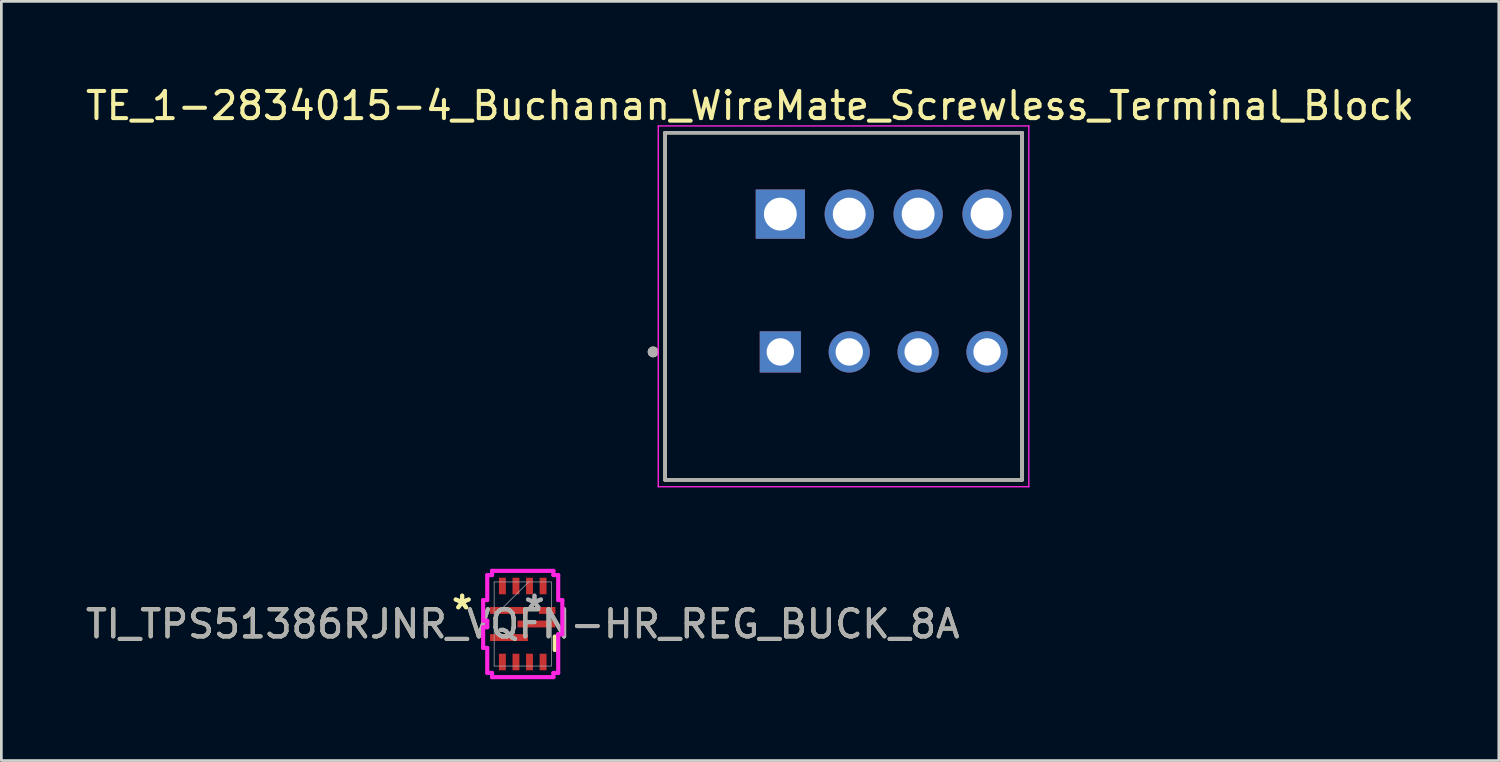
<source format=kicad_pcb>
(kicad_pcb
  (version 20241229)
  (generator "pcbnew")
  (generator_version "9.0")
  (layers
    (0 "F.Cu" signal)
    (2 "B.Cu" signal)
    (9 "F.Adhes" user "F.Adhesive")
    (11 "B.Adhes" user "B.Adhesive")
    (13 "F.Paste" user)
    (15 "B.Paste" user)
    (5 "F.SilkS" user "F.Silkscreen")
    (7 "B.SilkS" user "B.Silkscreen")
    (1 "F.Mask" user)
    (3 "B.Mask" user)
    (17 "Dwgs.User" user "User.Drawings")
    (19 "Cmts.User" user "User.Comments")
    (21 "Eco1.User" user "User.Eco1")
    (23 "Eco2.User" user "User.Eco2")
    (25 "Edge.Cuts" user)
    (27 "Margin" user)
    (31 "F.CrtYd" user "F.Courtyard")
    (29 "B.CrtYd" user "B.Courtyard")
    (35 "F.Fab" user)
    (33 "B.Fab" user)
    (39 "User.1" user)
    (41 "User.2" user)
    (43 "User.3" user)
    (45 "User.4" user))
  (footprint "TE_1-2834015-4_Buchanan_WireMate_Screwless_Terminal_Block"
    (layer "F.Cu")
    (at 29.526 7.383)
    (property "Reference" "TE_1-2834015-4_Buchanan_WireMate_Screwless_Terminal_Block" (at -4.925 -6.535 0) (layer "F.SilkS") (effects (font (size 1 1) (thickness 0.15))))
    (attr through_hole)
    (fp_line (start -8.06 -5.54) (end 5.1 -5.54) (stroke (width 0.127) (type solid)) (layer "F.SilkS"))
    (fp_line (start -8.06 7.26) (end -8.06 -5.54) (stroke (width 0.127) (type solid)) (layer "F.SilkS"))
    (fp_line (start 5.1 -5.54) (end 5.1 7.26) (stroke (width 0.127) (type solid)) (layer "F.SilkS"))
    (fp_line (start 5.1 7.26) (end -8.06 7.26) (stroke (width 0.127) (type solid)) (layer "F.SilkS"))
    (fp_circle (center -8.5 2.54) (end -8.4 2.54) (stroke (width 0.2) (type solid)) (fill no) (layer "F.SilkS"))
    (fp_line (start -8.31 -5.79) (end 5.35 -5.79) (stroke (width 0.05) (type solid)) (layer "F.CrtYd"))
    (fp_line (start -8.31 7.51) (end -8.31 -5.79) (stroke (width 0.05) (type solid)) (layer "F.CrtYd"))
    (fp_line (start 5.35 -5.79) (end 5.35 7.51) (stroke (width 0.05) (type solid)) (layer "F.CrtYd"))
    (fp_line (start 5.35 7.51) (end -8.31 7.51) (stroke (width 0.05) (type solid)) (layer "F.CrtYd"))
    (fp_line (start -8.06 -5.54) (end 5.1 -5.54) (stroke (width 0.127) (type solid)) (layer "F.Fab"))
    (fp_line (start -8.06 7.26) (end -8.06 -5.54) (stroke (width 0.127) (type solid)) (layer "F.Fab"))
    (fp_line (start 5.1 -5.54) (end 5.1 7.26) (stroke (width 0.127) (type solid)) (layer "F.Fab"))
    (fp_line (start 5.1 7.26) (end -8.06 7.26) (stroke (width 0.127) (type solid)) (layer "F.Fab"))
    (fp_circle (center -8.5 2.54) (end -8.4 2.54) (stroke (width 0.2) (type solid)) (fill no) (layer "F.Fab"))
    (pad "1_1" thru_hole rect (at -3.81 2.54) (size 1.518 1.518) (drill 1.01) (layers "*.Cu" "*.Mask"))
    (pad "1_2" thru_hole rect (at -3.81 -2.54) (size 1.815 1.815) (drill 1.21) (layers "*.Cu" "*.Mask"))
    (pad "2_1" thru_hole circle (at -1.27 2.54) (size 1.518 1.518) (drill 1.01) (layers "*.Cu" "*.Mask"))
    (pad "2_2" thru_hole circle (at -1.27 -2.54) (size 1.815 1.815) (drill 1.21) (layers "*.Cu" "*.Mask"))
    (pad "3_1" thru_hole circle (at 1.27 2.54) (size 1.518 1.518) (drill 1.01) (layers "*.Cu" "*.Mask"))
    (pad "3_2" thru_hole circle (at 1.27 -2.54) (size 1.815 1.815) (drill 1.21) (layers "*.Cu" "*.Mask"))
    (pad "4_1" thru_hole circle (at 3.81 2.54) (size 1.518 1.518) (drill 1.01) (layers "*.Cu" "*.Mask"))
    (pad "4_2" thru_hole circle (at 3.81 -2.54) (size 1.815 1.815) (drill 1.21) (layers "*.Cu" "*.Mask")))
  (footprint "TI_TPS51386RJNR_VQFN-HR_REG_BUCK_8A"
    (layer "F.Cu")
    (at 16.22 19.953)
    (property "Reference" "TI_TPS51386RJNR_VQFN-HR_REG_BUCK_8A" (at 0 0 0) (unlocked yes) (layer "F.SilkS") (effects (font (size 1 1) (thickness 0.15))))
    (attr smd)
    (fp_line (start 1.181 0.46) (end 1.181 0.96) (stroke (width 0.152) (type solid)) (layer "F.SilkS"))
    (fp_line (start -1.459 -0.881) (end -1.459 -0.119) (stroke (width 0.152) (type solid)) (layer "F.CrtYd"))
    (fp_line (start -1.459 -0.119) (end -1.308 -0.119) (stroke (width 0.152) (type solid)) (layer "F.CrtYd"))
    (fp_line (start -1.459 0.119) (end -1.459 0.881) (stroke (width 0.152) (type solid)) (layer "F.CrtYd"))
    (fp_line (start -1.459 0.881) (end -1.308 0.881) (stroke (width 0.152) (type solid)) (layer "F.CrtYd"))
    (fp_line (start -1.308 -1.804) (end -1.308 -0.881) (stroke (width 0.152) (type solid)) (layer "F.CrtYd"))
    (fp_line (start -1.308 -0.881) (end -1.459 -0.881) (stroke (width 0.152) (type solid)) (layer "F.CrtYd"))
    (fp_line (start -1.308 -0.119) (end -1.308 0.119) (stroke (width 0.152) (type solid)) (layer "F.CrtYd"))
    (fp_line (start -1.308 0.119) (end -1.459 0.119) (stroke (width 0.152) (type solid)) (layer "F.CrtYd"))
    (fp_line (start -1.308 0.881) (end -1.308 1.804) (stroke (width 0.152) (type solid)) (layer "F.CrtYd"))
    (fp_line (start -1.308 1.804) (end -1.131 1.804) (stroke (width 0.152) (type solid)) (layer "F.CrtYd"))
    (fp_line (start -1.131 -1.959) (end -1.131 -1.804) (stroke (width 0.152) (type solid)) (layer "F.CrtYd"))
    (fp_line (start -1.131 -1.804) (end -1.308 -1.804) (stroke (width 0.152) (type solid)) (layer "F.CrtYd"))
    (fp_line (start -1.131 1.804) (end -1.131 1.959) (stroke (width 0.152) (type solid)) (layer "F.CrtYd"))
    (fp_line (start -1.131 1.959) (end 1.131 1.959) (stroke (width 0.152) (type solid)) (layer "F.CrtYd"))
    (fp_line (start 1.131 -1.959) (end -1.131 -1.959) (stroke (width 0.152) (type solid)) (layer "F.CrtYd"))
    (fp_line (start 1.131 -1.804) (end 1.131 -1.959) (stroke (width 0.152) (type solid)) (layer "F.CrtYd"))
    (fp_line (start 1.131 1.804) (end 1.308 1.804) (stroke (width 0.152) (type solid)) (layer "F.CrtYd"))
    (fp_line (start 1.131 1.959) (end 1.131 1.804) (stroke (width 0.152) (type solid)) (layer "F.CrtYd"))
    (fp_line (start 1.308 -1.804) (end 1.131 -1.804) (stroke (width 0.152) (type solid)) (layer "F.CrtYd"))
    (fp_line (start 1.308 -0.881) (end 1.308 -1.804) (stroke (width 0.152) (type solid)) (layer "F.CrtYd"))
    (fp_line (start 1.308 0.381) (end 1.459 0.381) (stroke (width 0.152) (type solid)) (layer "F.CrtYd"))
    (fp_line (start 1.308 1.804) (end 1.308 0.381) (stroke (width 0.152) (type solid)) (layer "F.CrtYd"))
    (fp_line (start 1.459 -0.881) (end 1.308 -0.881) (stroke (width 0.152) (type solid)) (layer "F.CrtYd"))
    (fp_line (start 1.459 0.381) (end 1.459 -0.881) (stroke (width 0.152) (type solid)) (layer "F.CrtYd"))
    (fp_line (start -1.054 -1.55) (end -1.054 1.55) (stroke (width 0.025) (type solid)) (layer "F.Fab"))
    (fp_line (start -1.054 -0.28) (end 0.216 -1.55) (stroke (width 0.025) (type solid)) (layer "F.Fab"))
    (fp_line (start -1.054 1.55) (end 1.054 1.55) (stroke (width 0.025) (type solid)) (layer "F.Fab"))
    (fp_line (start 1.054 -1.55) (end -1.054 -1.55) (stroke (width 0.025) (type solid)) (layer "F.Fab"))
    (fp_line (start 1.054 1.55) (end 1.054 -1.55) (stroke (width 0.025) (type solid)) (layer "F.Fab"))
    (fp_text user "*" (at -2.233 -0.5 0) (unlocked yes) (layer "F.SilkS") (effects (font (size 1 1) (thickness 0.15))))
    (fp_text user "*" (at -2.233 -0.5 0) (layer "F.SilkS") (effects (font (size 1 1) (thickness 0.15))))
    (fp_text user "*" (at 0.433 -0.5 0) (unlocked yes) (layer "F.Fab") (effects (font (size 1 1) (thickness 0.15))))
    (fp_text user "${REFERENCE}" (at 0 0 0) (unlocked yes) (layer "F.Fab") (effects (font (size 1 1) (thickness 0.15))))
    (fp_text user "*" (at 0.433 -0.5 0) (layer "F.Fab") (effects (font (size 1 1) (thickness 0.15))))
    (pad "1" smd rect (at -0.506 -0.5) (size 1.397 0.254) (layers "F.Cu" "F.Mask" "F.Paste"))
    (pad "2" smd rect (at -0.506 0.5) (size 1.397 0.254) (layers "F.Cu" "F.Mask" "F.Paste"))
    (pad "3" smd rect (at -0.75 1.4 90) (size 0.61 0.254) (layers "F.Cu" "F.Mask" "F.Paste"))
    (pad "4" smd rect (at -0.25 1.4 90) (size 0.61 0.254) (layers "F.Cu" "F.Mask" "F.Paste"))
    (pad "5" smd rect (at 0.25 1.4 90) (size 0.61 0.254) (layers "F.Cu" "F.Mask" "F.Paste"))
    (pad "6" smd rect (at 0.75 1.4 90) (size 0.61 0.254) (layers "F.Cu" "F.Mask" "F.Paste"))
    (pad "7" smd rect (at 0.506 0) (size 1.397 0.254) (layers "F.Cu" "F.Mask" "F.Paste"))
    (pad "8" smd rect (at 0.9 -0.5) (size 0.61 0.254) (layers "F.Cu" "F.Mask" "F.Paste"))
    (pad "9" smd rect (at 0.75 -1.4 90) (size 0.61 0.254) (layers "F.Cu" "F.Mask" "F.Paste"))
    (pad "10" smd rect (at 0.25 -1.4 90) (size 0.61 0.254) (layers "F.Cu" "F.Mask" "F.Paste"))
    (pad "11" smd rect (at -0.25 -1.4 90) (size 0.61 0.254) (layers "F.Cu" "F.Mask" "F.Paste"))
    (pad "12" smd rect (at -0.75 -1.4 90) (size 0.61 0.254) (layers "F.Cu" "F.Mask" "F.Paste")))
  (gr_rect
    (start -3 -3)
    (end 52.202 24.988)
    (stroke (width 0.1) (type default))
    (fill no)
    (layer "Edge.Cuts")))
</source>
